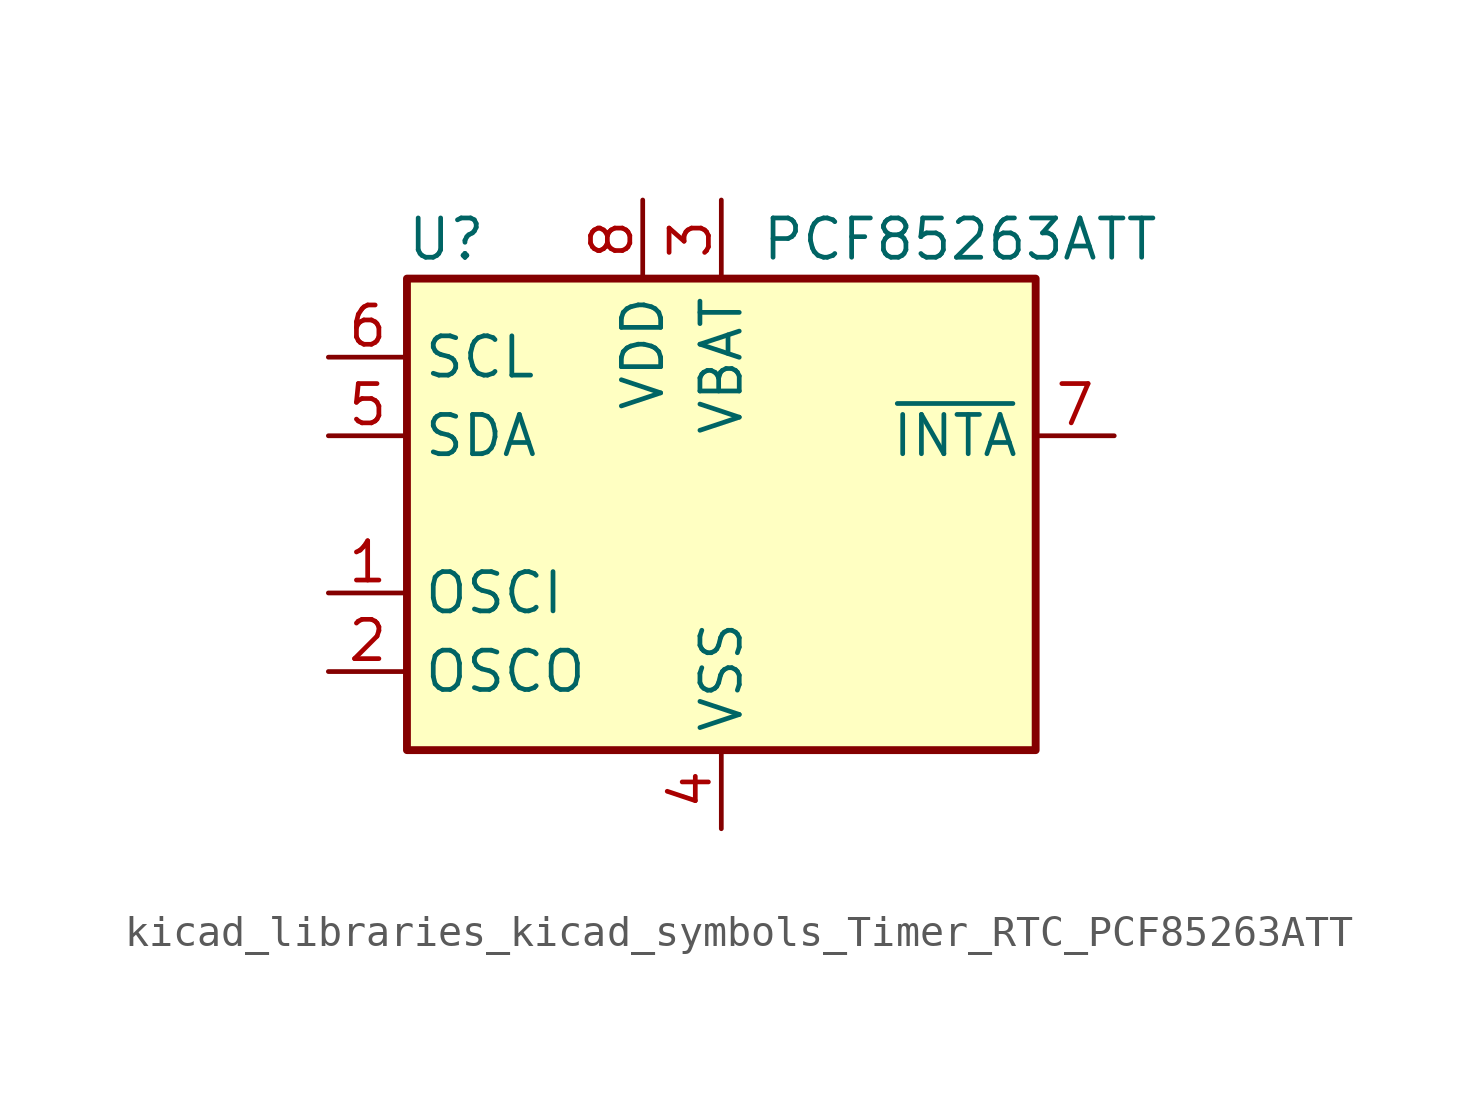
<source format=kicad_sym>
(kicad_symbol_lib
  (version 20220914)
  (generator kicad_symbol_editor)
  (symbol "kicad_libraries_kicad_symbols_Timer_RTC_PCF85263ATT"
    (property "Reference" "U"
      (at -8.89 8.89 0)
      (effects (font (size 1.27 1.27))))
    (property "Value" "PCF85263ATT"
      (at 1.27 8.89 0)
      (effects (font (size 1.27 1.27)) (justify left)))
    (symbol "kicad_libraries_kicad_symbols_Timer_RTC_PCF85263ATT_0_1"
      (rectangle (start -10.16 7.62) (end 10.16 -7.62) (stroke (width 0.254) (type default)) (fill (type background))))
    (symbol "kicad_libraries_kicad_symbols_Timer_RTC_PCF85263ATT_1_1"
      (pin input line (at -12.7 -2.54 0) (length 2.54) (name "OSCI" (effects (font (size 1.27 1.27)))) (number "1" (effects (font (size 1.27 1.27)))))
      (pin output line (at -12.7 -5.08 0) (length 2.54) (name "OSCO" (effects (font (size 1.27 1.27)))) (number "2" (effects (font (size 1.27 1.27)))))
      (pin power_in line (at 0 10.16 270) (length 2.54) (name "VBAT" (effects (font (size 1.27 1.27)))) (number "3" (effects (font (size 1.27 1.27)))))
      (pin power_in line (at 0 -10.16 90) (length 2.54) (name "VSS" (effects (font (size 1.27 1.27)))) (number "4" (effects (font (size 1.27 1.27)))))
      (pin bidirectional line (at -12.7 2.54 0) (length 2.54) (name "SDA" (effects (font (size 1.27 1.27)))) (number "5" (effects (font (size 1.27 1.27)))))
      (pin input line (at -12.7 5.08 0) (length 2.54) (name "SCL" (effects (font (size 1.27 1.27)))) (number "6" (effects (font (size 1.27 1.27)))))
      (pin open_collector line (at 12.7 2.54 180) (length 2.54) (name "~{INTA}" (effects (font (size 1.27 1.27)))) (number "7" (effects (font (size 1.27 1.27)))))
      (pin power_in line (at -2.54 10.16 270) (length 2.54) (name "VDD" (effects (font (size 1.27 1.27)))) (number "8" (effects (font (size 1.27 1.27))))))))
</source>
